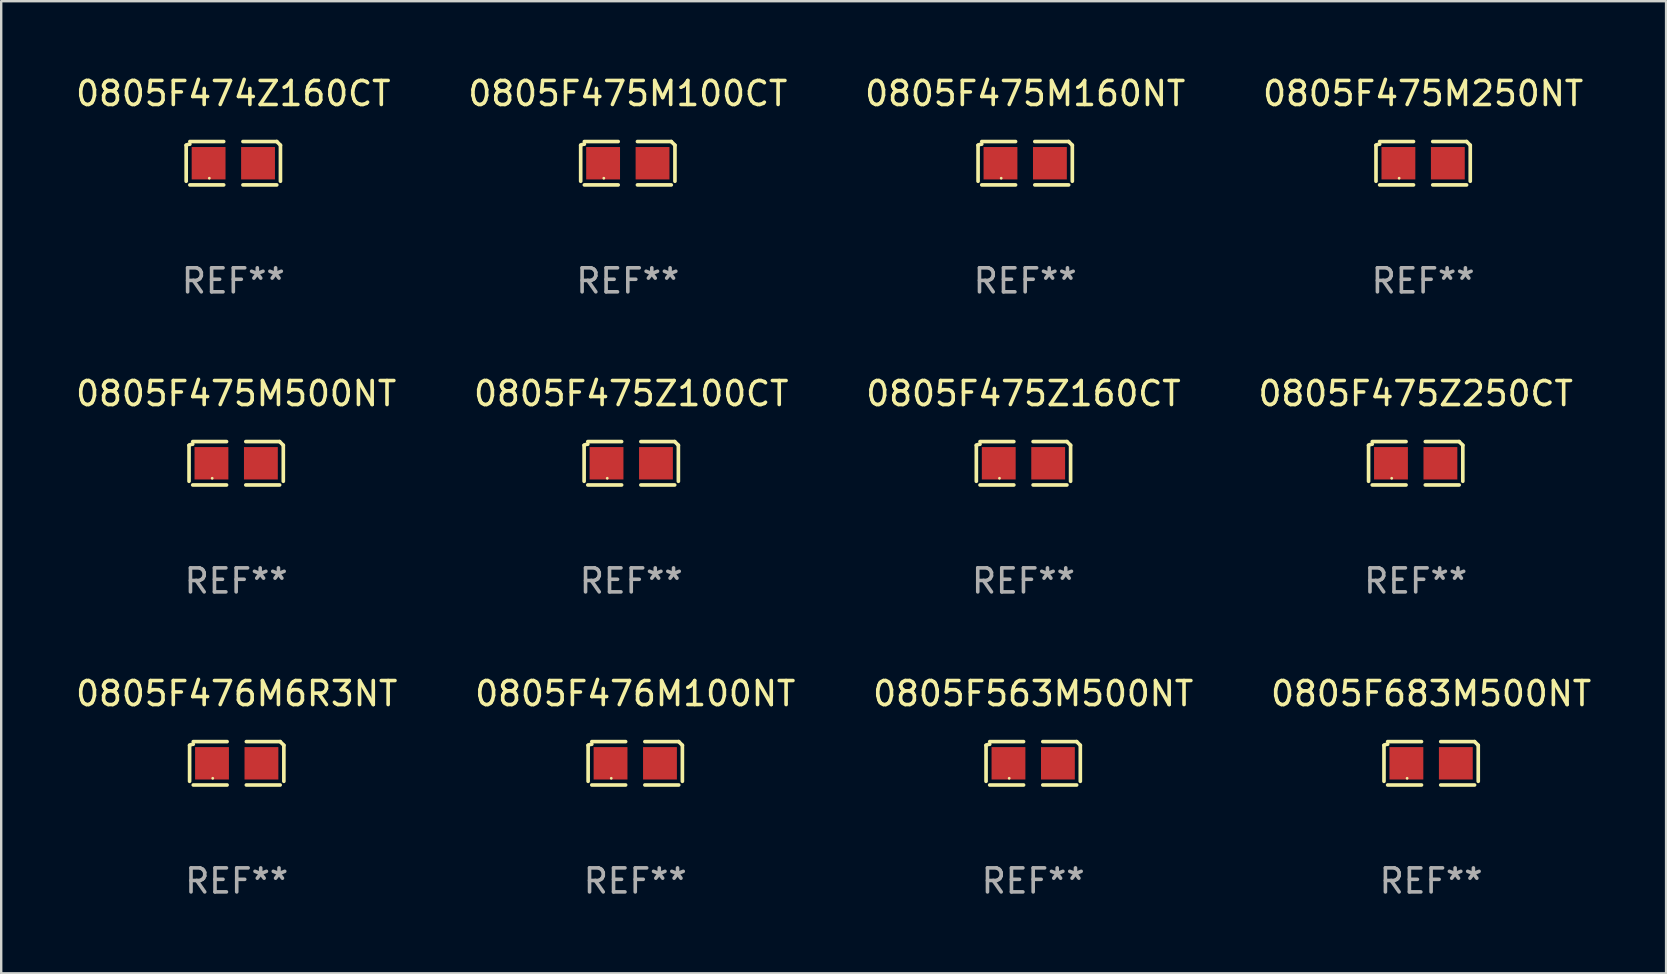
<source format=kicad_pcb>
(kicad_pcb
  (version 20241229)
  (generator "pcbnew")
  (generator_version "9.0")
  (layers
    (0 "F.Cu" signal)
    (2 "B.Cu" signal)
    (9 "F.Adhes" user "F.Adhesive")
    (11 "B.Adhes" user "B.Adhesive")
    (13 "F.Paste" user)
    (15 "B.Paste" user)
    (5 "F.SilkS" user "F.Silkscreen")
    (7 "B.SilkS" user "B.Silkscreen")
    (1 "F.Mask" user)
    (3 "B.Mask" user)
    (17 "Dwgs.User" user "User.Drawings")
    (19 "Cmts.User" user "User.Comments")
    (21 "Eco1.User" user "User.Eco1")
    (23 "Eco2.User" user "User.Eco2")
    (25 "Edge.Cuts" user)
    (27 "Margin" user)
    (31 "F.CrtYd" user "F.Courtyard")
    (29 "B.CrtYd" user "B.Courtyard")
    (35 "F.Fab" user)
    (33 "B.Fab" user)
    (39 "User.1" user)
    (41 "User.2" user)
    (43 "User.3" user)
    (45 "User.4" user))
  (footprint "0805F475M500NT"
    (layer "F.Cu")
    (at 6.792 16.256)
    (property "Reference" "0805F475M500NT" (at 0 -2.904 0) (layer "F.SilkS") (effects (font (size 1 1) (thickness 0.15))))
    (attr through_hole)
    (fp_line (start -1.964 0.751) (end -1.964 -0.751) (stroke (width 0.152) (type solid)) (layer "F.SilkS"))
    (fp_line (start -1.811 -0.904) (end -0.401 -0.904) (stroke (width 0.152) (type solid)) (layer "F.SilkS"))
    (fp_line (start -0.401 0.904) (end -1.811 0.904) (stroke (width 0.152) (type solid)) (layer "F.SilkS"))
    (fp_line (start 0.401 0.904) (end 1.811 0.904) (stroke (width 0.152) (type solid)) (layer "F.SilkS"))
    (fp_line (start 1.811 -0.904) (end 0.401 -0.904) (stroke (width 0.152) (type solid)) (layer "F.SilkS"))
    (fp_line (start 1.964 0.751) (end 1.964 -0.751) (stroke (width 0.152) (type solid)) (layer "F.SilkS"))
    (fp_arc (start -1.963602 -0.751207) (mid -1.890354 -0.783131) (end -1.811201 -0.794044) (stroke (width 0.1524) (type solid)) (layer "F.SilkS"))
    (fp_arc (start 1.811202 -0.903607) (mid 1.887413 -0.827418) (end 1.963602 -0.751207) (stroke (width 0.1524) (type solid)) (layer "F.SilkS"))
    (fp_circle (center -1 0.625) (end -0.97 0.625) (stroke (width 0.06) (type solid)) (fill no) (layer "F.SilkS"))
    (fp_text user "REF**" (at 0 4.904 0) (layer "F.Fab") (effects (font (size 1 1) (thickness 0.15))))
    (pad "1" smd rect (at -1.03 0) (size 1.41 1.35) (layers "F.Cu" "F.Mask" "F.Paste"))
    (pad "2" smd rect (at 1.03 0) (size 1.41 1.35) (layers "F.Cu" "F.Mask" "F.Paste")))
  (footprint "0805F476M100NT"
    (layer "F.Cu")
    (at 23.423 28.759)
    (property "Reference" "0805F476M100NT" (at 0 -2.904 0) (layer "F.SilkS") (effects (font (size 1 1) (thickness 0.15))))
    (attr through_hole)
    (fp_line (start -1.964 0.751) (end -1.964 -0.751) (stroke (width 0.152) (type solid)) (layer "F.SilkS"))
    (fp_line (start -1.811 -0.904) (end -0.401 -0.904) (stroke (width 0.152) (type solid)) (layer "F.SilkS"))
    (fp_line (start -0.401 0.904) (end -1.811 0.904) (stroke (width 0.152) (type solid)) (layer "F.SilkS"))
    (fp_line (start 0.401 0.904) (end 1.811 0.904) (stroke (width 0.152) (type solid)) (layer "F.SilkS"))
    (fp_line (start 1.811 -0.904) (end 0.401 -0.904) (stroke (width 0.152) (type solid)) (layer "F.SilkS"))
    (fp_line (start 1.964 0.751) (end 1.964 -0.751) (stroke (width 0.152) (type solid)) (layer "F.SilkS"))
    (fp_arc (start -1.963602 -0.751207) (mid -1.890354 -0.783131) (end -1.811201 -0.794044) (stroke (width 0.1524) (type solid)) (layer "F.SilkS"))
    (fp_arc (start 1.811202 -0.903607) (mid 1.887413 -0.827418) (end 1.963602 -0.751207) (stroke (width 0.1524) (type solid)) (layer "F.SilkS"))
    (fp_circle (center -1 0.625) (end -0.97 0.625) (stroke (width 0.06) (type solid)) (fill no) (layer "F.SilkS"))
    (fp_text user "REF**" (at 0 4.904 0) (layer "F.Fab") (effects (font (size 1 1) (thickness 0.15))))
    (pad "1" smd rect (at -1.03 0) (size 1.41 1.35) (layers "F.Cu" "F.Mask" "F.Paste"))
    (pad "2" smd rect (at 1.03 0) (size 1.41 1.35) (layers "F.Cu" "F.Mask" "F.Paste")))
  (footprint "0805F475M160NT"
    (layer "F.Cu")
    (at 39.673 3.752)
    (property "Reference" "0805F475M160NT" (at 0 -2.904 0) (layer "F.SilkS") (effects (font (size 1 1) (thickness 0.15))))
    (attr through_hole)
    (fp_line (start -1.964 0.751) (end -1.964 -0.751) (stroke (width 0.152) (type solid)) (layer "F.SilkS"))
    (fp_line (start -1.811 -0.904) (end -0.401 -0.904) (stroke (width 0.152) (type solid)) (layer "F.SilkS"))
    (fp_line (start -0.401 0.904) (end -1.811 0.904) (stroke (width 0.152) (type solid)) (layer "F.SilkS"))
    (fp_line (start 0.401 0.904) (end 1.811 0.904) (stroke (width 0.152) (type solid)) (layer "F.SilkS"))
    (fp_line (start 1.811 -0.904) (end 0.401 -0.904) (stroke (width 0.152) (type solid)) (layer "F.SilkS"))
    (fp_line (start 1.964 0.751) (end 1.964 -0.751) (stroke (width 0.152) (type solid)) (layer "F.SilkS"))
    (fp_arc (start -1.963602 -0.751207) (mid -1.890354 -0.783131) (end -1.811201 -0.794044) (stroke (width 0.1524) (type solid)) (layer "F.SilkS"))
    (fp_arc (start 1.811202 -0.903607) (mid 1.887413 -0.827418) (end 1.963602 -0.751207) (stroke (width 0.1524) (type solid)) (layer "F.SilkS"))
    (fp_circle (center -1 0.625) (end -0.97 0.625) (stroke (width 0.06) (type solid)) (fill no) (layer "F.SilkS"))
    (fp_text user "REF**" (at 0 4.904 0) (layer "F.Fab") (effects (font (size 1 1) (thickness 0.15))))
    (pad "1" smd rect (at -1.03 0) (size 1.41 1.35) (layers "F.Cu" "F.Mask" "F.Paste"))
    (pad "2" smd rect (at 1.03 0) (size 1.41 1.35) (layers "F.Cu" "F.Mask" "F.Paste")))
  (footprint "0805F475Z100CT"
    (layer "F.Cu")
    (at 23.256 16.256)
    (property "Reference" "0805F475Z100CT" (at 0 -2.904 0) (layer "F.SilkS") (effects (font (size 1 1) (thickness 0.15))))
    (attr through_hole)
    (fp_line (start -1.964 0.751) (end -1.964 -0.751) (stroke (width 0.152) (type solid)) (layer "F.SilkS"))
    (fp_line (start -1.811 -0.904) (end -0.401 -0.904) (stroke (width 0.152) (type solid)) (layer "F.SilkS"))
    (fp_line (start -0.401 0.904) (end -1.811 0.904) (stroke (width 0.152) (type solid)) (layer "F.SilkS"))
    (fp_line (start 0.401 0.904) (end 1.811 0.904) (stroke (width 0.152) (type solid)) (layer "F.SilkS"))
    (fp_line (start 1.811 -0.904) (end 0.401 -0.904) (stroke (width 0.152) (type solid)) (layer "F.SilkS"))
    (fp_line (start 1.964 0.751) (end 1.964 -0.751) (stroke (width 0.152) (type solid)) (layer "F.SilkS"))
    (fp_arc (start -1.963602 -0.751207) (mid -1.890354 -0.783131) (end -1.811201 -0.794044) (stroke (width 0.1524) (type solid)) (layer "F.SilkS"))
    (fp_arc (start 1.811202 -0.903607) (mid 1.887413 -0.827418) (end 1.963602 -0.751207) (stroke (width 0.1524) (type solid)) (layer "F.SilkS"))
    (fp_circle (center -1 0.625) (end -0.97 0.625) (stroke (width 0.06) (type solid)) (fill no) (layer "F.SilkS"))
    (fp_text user "REF**" (at 0 4.904 0) (layer "F.Fab") (effects (font (size 1 1) (thickness 0.15))))
    (pad "1" smd rect (at -1.03 0) (size 1.41 1.35) (layers "F.Cu" "F.Mask" "F.Paste"))
    (pad "2" smd rect (at 1.03 0) (size 1.41 1.35) (layers "F.Cu" "F.Mask" "F.Paste")))
  (footprint "0805F476M6R3NT"
    (layer "F.Cu")
    (at 6.815 28.759)
    (property "Reference" "0805F476M6R3NT" (at 0 -2.904 0) (layer "F.SilkS") (effects (font (size 1 1) (thickness 0.15))))
    (attr through_hole)
    (fp_line (start -1.964 0.751) (end -1.964 -0.751) (stroke (width 0.152) (type solid)) (layer "F.SilkS"))
    (fp_line (start -1.811 -0.904) (end -0.401 -0.904) (stroke (width 0.152) (type solid)) (layer "F.SilkS"))
    (fp_line (start -0.401 0.904) (end -1.811 0.904) (stroke (width 0.152) (type solid)) (layer "F.SilkS"))
    (fp_line (start 0.401 0.904) (end 1.811 0.904) (stroke (width 0.152) (type solid)) (layer "F.SilkS"))
    (fp_line (start 1.811 -0.904) (end 0.401 -0.904) (stroke (width 0.152) (type solid)) (layer "F.SilkS"))
    (fp_line (start 1.964 0.751) (end 1.964 -0.751) (stroke (width 0.152) (type solid)) (layer "F.SilkS"))
    (fp_arc (start -1.963602 -0.751207) (mid -1.890354 -0.783131) (end -1.811201 -0.794044) (stroke (width 0.1524) (type solid)) (layer "F.SilkS"))
    (fp_arc (start 1.811202 -0.903607) (mid 1.887413 -0.827418) (end 1.963602 -0.751207) (stroke (width 0.1524) (type solid)) (layer "F.SilkS"))
    (fp_circle (center -1 0.625) (end -0.97 0.625) (stroke (width 0.06) (type solid)) (fill no) (layer "F.SilkS"))
    (fp_text user "REF**" (at 0 4.904 0) (layer "F.Fab") (effects (font (size 1 1) (thickness 0.15))))
    (pad "1" smd rect (at -1.03 0) (size 1.41 1.35) (layers "F.Cu" "F.Mask" "F.Paste"))
    (pad "2" smd rect (at 1.03 0) (size 1.41 1.35) (layers "F.Cu" "F.Mask" "F.Paste")))
  (footprint "0805F474Z160CT"
    (layer "F.Cu")
    (at 6.673 3.752)
    (property "Reference" "0805F474Z160CT" (at 0 -2.904 0) (layer "F.SilkS") (effects (font (size 1 1) (thickness 0.15))))
    (attr through_hole)
    (fp_line (start -1.964 0.751) (end -1.964 -0.751) (stroke (width 0.152) (type solid)) (layer "F.SilkS"))
    (fp_line (start -1.811 -0.904) (end -0.401 -0.904) (stroke (width 0.152) (type solid)) (layer "F.SilkS"))
    (fp_line (start -0.401 0.904) (end -1.811 0.904) (stroke (width 0.152) (type solid)) (layer "F.SilkS"))
    (fp_line (start 0.401 0.904) (end 1.811 0.904) (stroke (width 0.152) (type solid)) (layer "F.SilkS"))
    (fp_line (start 1.811 -0.904) (end 0.401 -0.904) (stroke (width 0.152) (type solid)) (layer "F.SilkS"))
    (fp_line (start 1.964 0.751) (end 1.964 -0.751) (stroke (width 0.152) (type solid)) (layer "F.SilkS"))
    (fp_arc (start -1.963602 -0.751207) (mid -1.890354 -0.783131) (end -1.811201 -0.794044) (stroke (width 0.1524) (type solid)) (layer "F.SilkS"))
    (fp_arc (start 1.811202 -0.903607) (mid 1.887413 -0.827418) (end 1.963602 -0.751207) (stroke (width 0.1524) (type solid)) (layer "F.SilkS"))
    (fp_circle (center -1 0.625) (end -0.97 0.625) (stroke (width 0.06) (type solid)) (fill no) (layer "F.SilkS"))
    (fp_text user "REF**" (at 0 4.904 0) (layer "F.Fab") (effects (font (size 1 1) (thickness 0.15))))
    (pad "1" smd rect (at -1.03 0) (size 1.41 1.35) (layers "F.Cu" "F.Mask" "F.Paste"))
    (pad "2" smd rect (at 1.03 0) (size 1.41 1.35) (layers "F.Cu" "F.Mask" "F.Paste")))
  (footprint "0805F475Z250CT"
    (layer "F.Cu")
    (at 55.946 16.256)
    (property "Reference" "0805F475Z250CT" (at 0 -2.904 0) (layer "F.SilkS") (effects (font (size 1 1) (thickness 0.15))))
    (attr through_hole)
    (fp_line (start -1.964 0.751) (end -1.964 -0.751) (stroke (width 0.152) (type solid)) (layer "F.SilkS"))
    (fp_line (start -1.811 -0.904) (end -0.401 -0.904) (stroke (width 0.152) (type solid)) (layer "F.SilkS"))
    (fp_line (start -0.401 0.904) (end -1.811 0.904) (stroke (width 0.152) (type solid)) (layer "F.SilkS"))
    (fp_line (start 0.401 0.904) (end 1.811 0.904) (stroke (width 0.152) (type solid)) (layer "F.SilkS"))
    (fp_line (start 1.811 -0.904) (end 0.401 -0.904) (stroke (width 0.152) (type solid)) (layer "F.SilkS"))
    (fp_line (start 1.964 0.751) (end 1.964 -0.751) (stroke (width 0.152) (type solid)) (layer "F.SilkS"))
    (fp_arc (start -1.963602 -0.751207) (mid -1.890354 -0.783131) (end -1.811201 -0.794044) (stroke (width 0.1524) (type solid)) (layer "F.SilkS"))
    (fp_arc (start 1.811202 -0.903607) (mid 1.887413 -0.827418) (end 1.963602 -0.751207) (stroke (width 0.1524) (type solid)) (layer "F.SilkS"))
    (fp_circle (center -1 0.625) (end -0.97 0.625) (stroke (width 0.06) (type solid)) (fill no) (layer "F.SilkS"))
    (fp_text user "REF**" (at 0 4.904 0) (layer "F.Fab") (effects (font (size 1 1) (thickness 0.15))))
    (pad "1" smd rect (at -1.03 0) (size 1.41 1.35) (layers "F.Cu" "F.Mask" "F.Paste"))
    (pad "2" smd rect (at 1.03 0) (size 1.41 1.35) (layers "F.Cu" "F.Mask" "F.Paste")))
  (footprint "0805F475M250NT"
    (layer "F.Cu")
    (at 56.256 3.752)
    (property "Reference" "0805F475M250NT" (at 0 -2.904 0) (layer "F.SilkS") (effects (font (size 1 1) (thickness 0.15))))
    (attr through_hole)
    (fp_line (start -1.964 0.751) (end -1.964 -0.751) (stroke (width 0.152) (type solid)) (layer "F.SilkS"))
    (fp_line (start -1.811 -0.904) (end -0.401 -0.904) (stroke (width 0.152) (type solid)) (layer "F.SilkS"))
    (fp_line (start -0.401 0.904) (end -1.811 0.904) (stroke (width 0.152) (type solid)) (layer "F.SilkS"))
    (fp_line (start 0.401 0.904) (end 1.811 0.904) (stroke (width 0.152) (type solid)) (layer "F.SilkS"))
    (fp_line (start 1.811 -0.904) (end 0.401 -0.904) (stroke (width 0.152) (type solid)) (layer "F.SilkS"))
    (fp_line (start 1.964 0.751) (end 1.964 -0.751) (stroke (width 0.152) (type solid)) (layer "F.SilkS"))
    (fp_arc (start -1.963602 -0.751207) (mid -1.890354 -0.783131) (end -1.811201 -0.794044) (stroke (width 0.1524) (type solid)) (layer "F.SilkS"))
    (fp_arc (start 1.811202 -0.903607) (mid 1.887413 -0.827418) (end 1.963602 -0.751207) (stroke (width 0.1524) (type solid)) (layer "F.SilkS"))
    (fp_circle (center -1 0.625) (end -0.97 0.625) (stroke (width 0.06) (type solid)) (fill no) (layer "F.SilkS"))
    (fp_text user "REF**" (at 0 4.904 0) (layer "F.Fab") (effects (font (size 1 1) (thickness 0.15))))
    (pad "1" smd rect (at -1.03 0) (size 1.41 1.35) (layers "F.Cu" "F.Mask" "F.Paste"))
    (pad "2" smd rect (at 1.03 0) (size 1.41 1.35) (layers "F.Cu" "F.Mask" "F.Paste")))
  (footprint "0805F563M500NT"
    (layer "F.Cu")
    (at 40.006 28.759)
    (property "Reference" "0805F563M500NT" (at 0 -2.904 0) (layer "F.SilkS") (effects (font (size 1 1) (thickness 0.15))))
    (attr through_hole)
    (fp_line (start -1.964 0.751) (end -1.964 -0.751) (stroke (width 0.152) (type solid)) (layer "F.SilkS"))
    (fp_line (start -1.811 -0.904) (end -0.401 -0.904) (stroke (width 0.152) (type solid)) (layer "F.SilkS"))
    (fp_line (start -0.401 0.904) (end -1.811 0.904) (stroke (width 0.152) (type solid)) (layer "F.SilkS"))
    (fp_line (start 0.401 0.904) (end 1.811 0.904) (stroke (width 0.152) (type solid)) (layer "F.SilkS"))
    (fp_line (start 1.811 -0.904) (end 0.401 -0.904) (stroke (width 0.152) (type solid)) (layer "F.SilkS"))
    (fp_line (start 1.964 0.751) (end 1.964 -0.751) (stroke (width 0.152) (type solid)) (layer "F.SilkS"))
    (fp_arc (start -1.963602 -0.751207) (mid -1.890354 -0.783131) (end -1.811201 -0.794044) (stroke (width 0.1524) (type solid)) (layer "F.SilkS"))
    (fp_arc (start 1.811202 -0.903607) (mid 1.887413 -0.827418) (end 1.963602 -0.751207) (stroke (width 0.1524) (type solid)) (layer "F.SilkS"))
    (fp_circle (center -1 0.625) (end -0.97 0.625) (stroke (width 0.06) (type solid)) (fill no) (layer "F.SilkS"))
    (fp_text user "REF**" (at 0 4.904 0) (layer "F.Fab") (effects (font (size 1 1) (thickness 0.15))))
    (pad "1" smd rect (at -1.03 0) (size 1.41 1.35) (layers "F.Cu" "F.Mask" "F.Paste"))
    (pad "2" smd rect (at 1.03 0) (size 1.41 1.35) (layers "F.Cu" "F.Mask" "F.Paste")))
  (footprint "0805F683M500NT"
    (layer "F.Cu")
    (at 56.589 28.759)
    (property "Reference" "0805F683M500NT" (at 0 -2.904 0) (layer "F.SilkS") (effects (font (size 1 1) (thickness 0.15))))
    (attr through_hole)
    (fp_line (start -1.964 0.751) (end -1.964 -0.751) (stroke (width 0.152) (type solid)) (layer "F.SilkS"))
    (fp_line (start -1.811 -0.904) (end -0.401 -0.904) (stroke (width 0.152) (type solid)) (layer "F.SilkS"))
    (fp_line (start -0.401 0.904) (end -1.811 0.904) (stroke (width 0.152) (type solid)) (layer "F.SilkS"))
    (fp_line (start 0.401 0.904) (end 1.811 0.904) (stroke (width 0.152) (type solid)) (layer "F.SilkS"))
    (fp_line (start 1.811 -0.904) (end 0.401 -0.904) (stroke (width 0.152) (type solid)) (layer "F.SilkS"))
    (fp_line (start 1.964 0.751) (end 1.964 -0.751) (stroke (width 0.152) (type solid)) (layer "F.SilkS"))
    (fp_arc (start -1.963602 -0.751207) (mid -1.890354 -0.783131) (end -1.811201 -0.794044) (stroke (width 0.1524) (type solid)) (layer "F.SilkS"))
    (fp_arc (start 1.811202 -0.903607) (mid 1.887413 -0.827418) (end 1.963602 -0.751207) (stroke (width 0.1524) (type solid)) (layer "F.SilkS"))
    (fp_circle (center -1 0.625) (end -0.97 0.625) (stroke (width 0.06) (type solid)) (fill no) (layer "F.SilkS"))
    (fp_text user "REF**" (at 0 4.904 0) (layer "F.Fab") (effects (font (size 1 1) (thickness 0.15))))
    (pad "1" smd rect (at -1.03 0) (size 1.41 1.35) (layers "F.Cu" "F.Mask" "F.Paste"))
    (pad "2" smd rect (at 1.03 0) (size 1.41 1.35) (layers "F.Cu" "F.Mask" "F.Paste")))
  (footprint "0805F475M100CT"
    (layer "F.Cu")
    (at 23.113 3.752)
    (property "Reference" "0805F475M100CT" (at 0 -2.904 0) (layer "F.SilkS") (effects (font (size 1 1) (thickness 0.15))))
    (attr through_hole)
    (fp_line (start -1.964 0.751) (end -1.964 -0.751) (stroke (width 0.152) (type solid)) (layer "F.SilkS"))
    (fp_line (start -1.811 -0.904) (end -0.401 -0.904) (stroke (width 0.152) (type solid)) (layer "F.SilkS"))
    (fp_line (start -0.401 0.904) (end -1.811 0.904) (stroke (width 0.152) (type solid)) (layer "F.SilkS"))
    (fp_line (start 0.401 0.904) (end 1.811 0.904) (stroke (width 0.152) (type solid)) (layer "F.SilkS"))
    (fp_line (start 1.811 -0.904) (end 0.401 -0.904) (stroke (width 0.152) (type solid)) (layer "F.SilkS"))
    (fp_line (start 1.964 0.751) (end 1.964 -0.751) (stroke (width 0.152) (type solid)) (layer "F.SilkS"))
    (fp_arc (start -1.963602 -0.751207) (mid -1.890354 -0.783131) (end -1.811201 -0.794044) (stroke (width 0.1524) (type solid)) (layer "F.SilkS"))
    (fp_arc (start 1.811202 -0.903607) (mid 1.887413 -0.827418) (end 1.963602 -0.751207) (stroke (width 0.1524) (type solid)) (layer "F.SilkS"))
    (fp_circle (center -1 0.625) (end -0.97 0.625) (stroke (width 0.06) (type solid)) (fill no) (layer "F.SilkS"))
    (fp_text user "REF**" (at 0 4.904 0) (layer "F.Fab") (effects (font (size 1 1) (thickness 0.15))))
    (pad "1" smd rect (at -1.03 0) (size 1.41 1.35) (layers "F.Cu" "F.Mask" "F.Paste"))
    (pad "2" smd rect (at 1.03 0) (size 1.41 1.35) (layers "F.Cu" "F.Mask" "F.Paste")))
  (footprint "0805F475Z160CT"
    (layer "F.Cu")
    (at 39.601 16.256)
    (property "Reference" "0805F475Z160CT" (at 0 -2.904 0) (layer "F.SilkS") (effects (font (size 1 1) (thickness 0.15))))
    (attr through_hole)
    (fp_line (start -1.964 0.751) (end -1.964 -0.751) (stroke (width 0.152) (type solid)) (layer "F.SilkS"))
    (fp_line (start -1.811 -0.904) (end -0.401 -0.904) (stroke (width 0.152) (type solid)) (layer "F.SilkS"))
    (fp_line (start -0.401 0.904) (end -1.811 0.904) (stroke (width 0.152) (type solid)) (layer "F.SilkS"))
    (fp_line (start 0.401 0.904) (end 1.811 0.904) (stroke (width 0.152) (type solid)) (layer "F.SilkS"))
    (fp_line (start 1.811 -0.904) (end 0.401 -0.904) (stroke (width 0.152) (type solid)) (layer "F.SilkS"))
    (fp_line (start 1.964 0.751) (end 1.964 -0.751) (stroke (width 0.152) (type solid)) (layer "F.SilkS"))
    (fp_arc (start -1.963602 -0.751207) (mid -1.890354 -0.783131) (end -1.811201 -0.794044) (stroke (width 0.1524) (type solid)) (layer "F.SilkS"))
    (fp_arc (start 1.811202 -0.903607) (mid 1.887413 -0.827418) (end 1.963602 -0.751207) (stroke (width 0.1524) (type solid)) (layer "F.SilkS"))
    (fp_circle (center -1 0.625) (end -0.97 0.625) (stroke (width 0.06) (type solid)) (fill no) (layer "F.SilkS"))
    (fp_text user "REF**" (at 0 4.904 0) (layer "F.Fab") (effects (font (size 1 1) (thickness 0.15))))
    (pad "1" smd rect (at -1.03 0) (size 1.41 1.35) (layers "F.Cu" "F.Mask" "F.Paste"))
    (pad "2" smd rect (at 1.03 0) (size 1.41 1.35) (layers "F.Cu" "F.Mask" "F.Paste")))
  (gr_rect
    (start -3 -3)
    (end 66.381 37.511)
    (stroke (width 0.1) (type default))
    (fill no)
    (layer "Edge.Cuts")))
</source>
